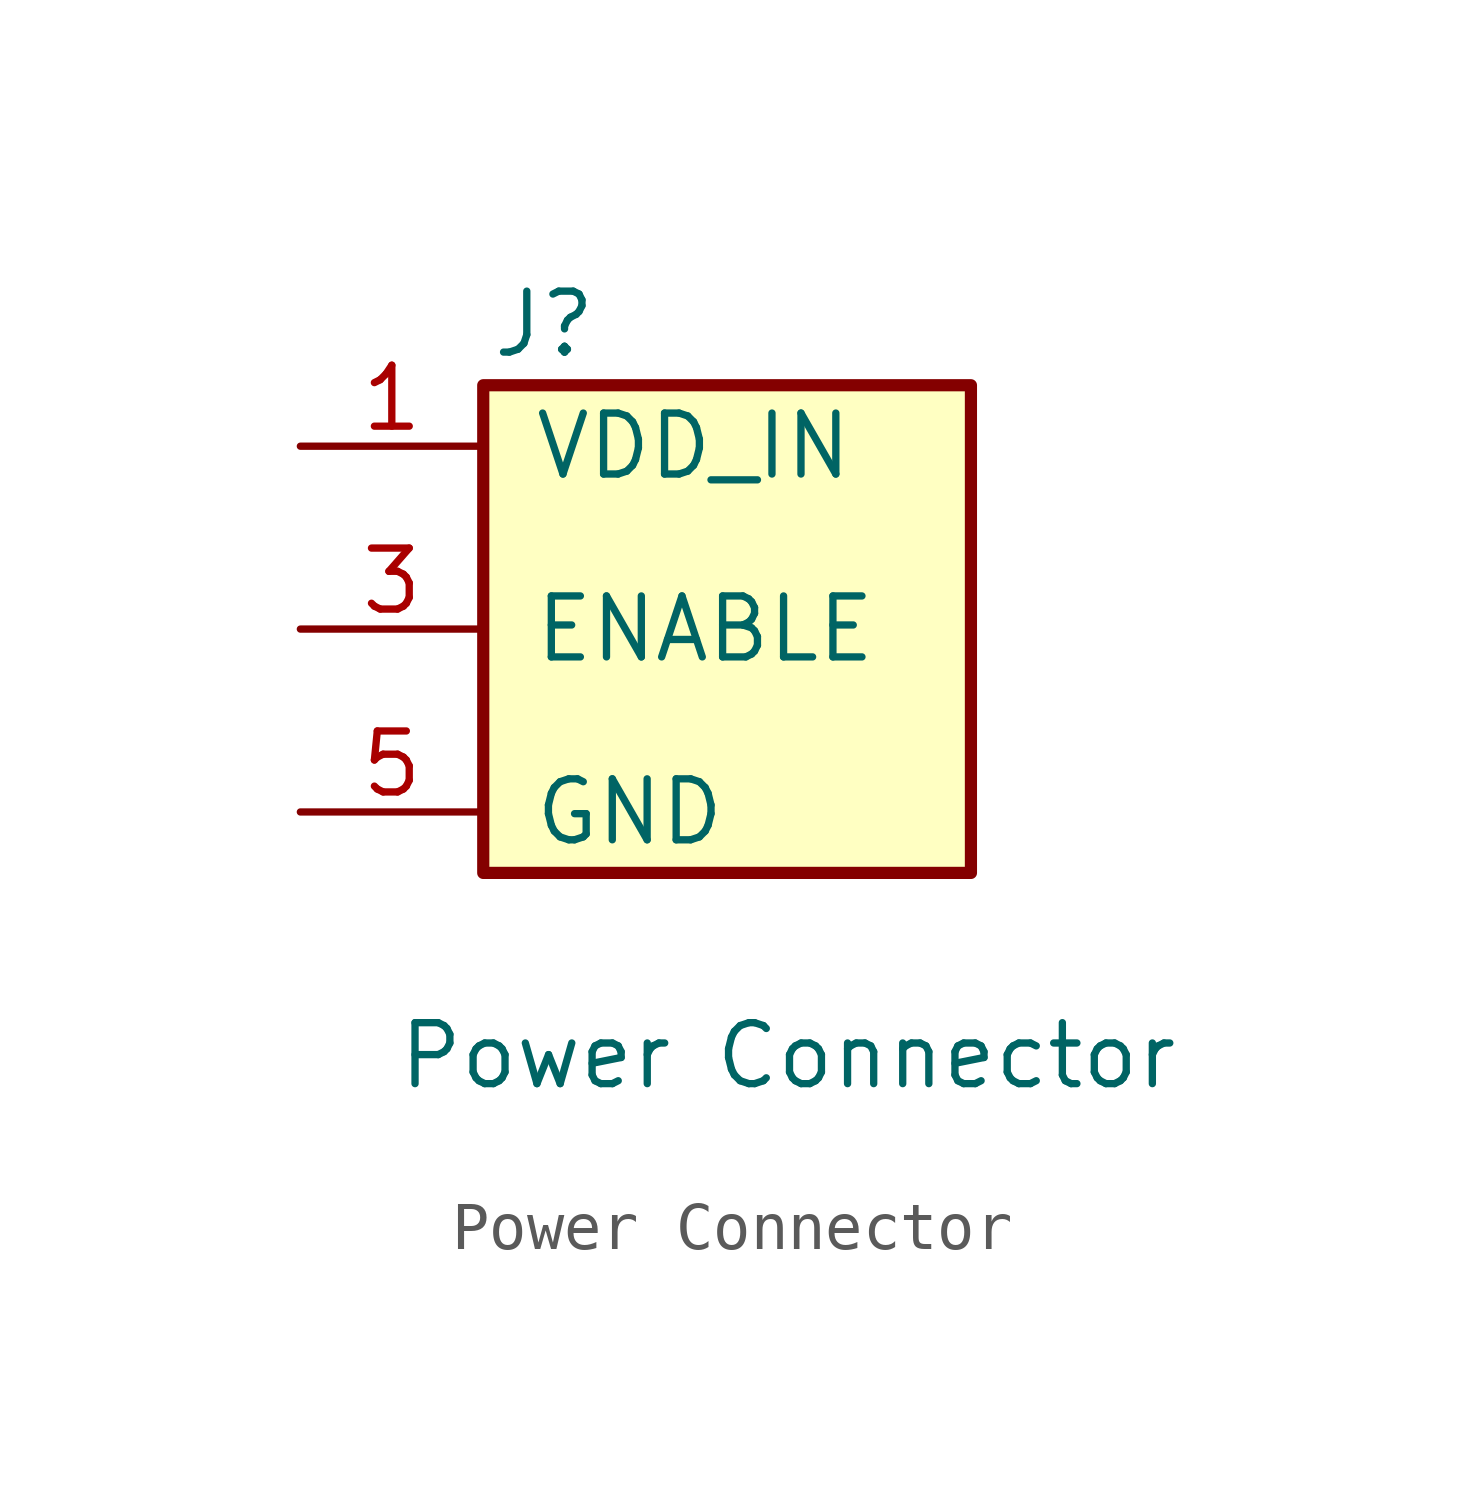
<source format=kicad_sym>
(kicad_symbol_lib
  (version 20211014)
  (generator kicad_symbol_editor)
  (symbol "Power Connector"
    (pin_names
      (offset 1.016))
    (property "Reference" "J"
      (at -3.81 7.62 0)
      (effects (font (size 1.27 1.27))))
    (property "Value" "Power Connector"
      (at 1.27 -7.62 0)
      (effects (font (size 1.27 1.27))))
    (symbol "Power Connector_1_1"
      (rectangle (start -5.08 6.35) (end 5.08 -3.81) (stroke (width 0.254) (type default) (color 0 0 0 0)) (fill (type background)))
      (pin power_in line (at -8.89 5.08 0) (length 3.81) (name "VDD_IN" (effects (font (size 1.27 1.27)))) (number "1" (effects (font (size 1.27 1.27)))))
      (pin passive line (at -8.89 5.08 0) (length 3.81) hide (name "VDD_IN" (effects (font (size 1.27 1.27)))) (number "2" (effects (font (size 1.27 1.27)))))
      (pin input line (at -8.89 1.27 0) (length 3.81) (name "ENABLE" (effects (font (size 1.27 1.27)))) (number "3" (effects (font (size 1.27 1.27)))))
      (pin passive line (at -8.89 -2.54 0) (length 3.81) hide (name "GND" (effects (font (size 1.27 1.27)))) (number "4" (effects (font (size 1.27 1.27)))))
      (pin power_out line (at -8.89 -2.54 0) (length 3.81) (name "GND" (effects (font (size 1.27 1.27)))) (number "5" (effects (font (size 1.27 1.27))))))))
</source>
